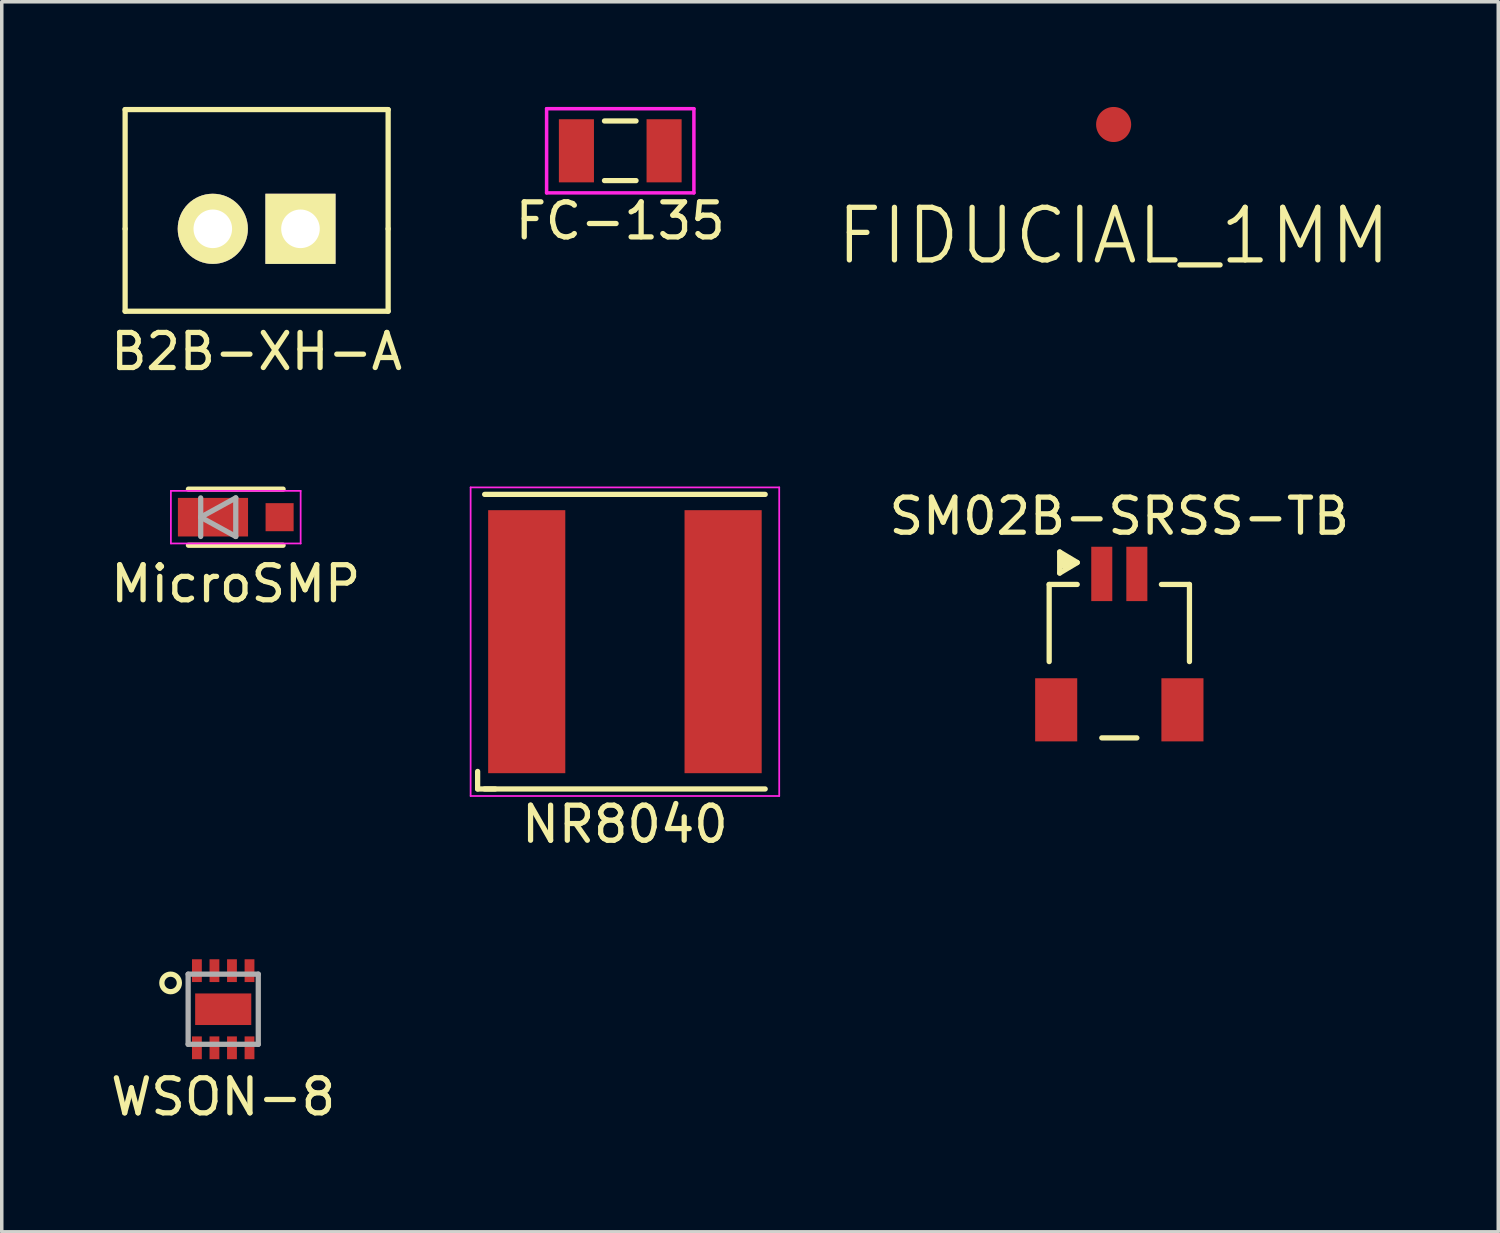
<source format=kicad_pcb>
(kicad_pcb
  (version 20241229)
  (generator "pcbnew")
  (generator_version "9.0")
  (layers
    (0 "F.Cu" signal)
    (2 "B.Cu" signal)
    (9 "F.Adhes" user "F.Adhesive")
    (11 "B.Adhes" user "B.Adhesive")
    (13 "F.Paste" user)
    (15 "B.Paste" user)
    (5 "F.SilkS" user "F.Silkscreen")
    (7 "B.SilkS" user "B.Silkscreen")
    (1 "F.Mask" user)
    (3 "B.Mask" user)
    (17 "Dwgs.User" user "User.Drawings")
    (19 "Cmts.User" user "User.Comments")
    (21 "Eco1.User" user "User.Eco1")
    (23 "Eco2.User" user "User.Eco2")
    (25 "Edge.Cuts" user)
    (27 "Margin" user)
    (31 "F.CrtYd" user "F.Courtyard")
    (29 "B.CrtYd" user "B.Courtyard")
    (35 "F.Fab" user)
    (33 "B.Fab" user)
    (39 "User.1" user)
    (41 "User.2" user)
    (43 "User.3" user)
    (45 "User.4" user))
  (footprint "B2B-XH-A"
    (layer "F.Cu")
    (at 4.268 3.475)
    (property "Reference" "B2B-XH-A" (at 0 3.5 0) (layer "F.SilkS") (effects (font (size 1 1) (thickness 0.15))))
    (attr through_hole)
    (fp_line (start -3.75 -3.4) (end 3.75 -3.4) (stroke (width 0.15) (type solid)) (layer "F.SilkS"))
    (fp_line (start -3.75 0) (end -3.75 -3.4) (stroke (width 0.15) (type solid)) (layer "F.SilkS"))
    (fp_line (start -3.75 0) (end -3.75 2.35) (stroke (width 0.15) (type solid)) (layer "F.SilkS"))
    (fp_line (start -3.75 2.35) (end 3.75 2.35) (stroke (width 0.15) (type solid)) (layer "F.SilkS"))
    (fp_line (start 3.75 -3.4) (end 3.75 0) (stroke (width 0.15) (type solid)) (layer "F.SilkS"))
    (fp_line (start 3.75 0) (end 3.75 2.35) (stroke (width 0.15) (type solid)) (layer "F.SilkS"))
    (pad "1" thru_hole rect (at 1.25 0) (size 2 2) (drill 1.1) (layers "*.Cu" "*.Mask" "F.SilkS"))
    (pad "2" thru_hole circle (at -1.25 0) (size 2 2) (drill 1.1) (layers "*.Cu" "*.Mask" "F.SilkS")))
  (footprint "SM02B-SRSS-TB"
    (layer "F.Cu")
    (at 28.868 14.091)
    (property "Reference" "SM02B-SRSS-TB" (at 0 -2.42 180) (layer "F.SilkS") (effects (font (size 1 1) (thickness 0.15))))
    (attr smd)
    (fp_line (start -2 -0.475) (end -1.2 -0.475) (stroke (width 0.15) (type solid)) (layer "F.SilkS"))
    (fp_line (start -2 1.725) (end -2 -0.475) (stroke (width 0.15) (type solid)) (layer "F.SilkS"))
    (fp_line (start -1.7 -1.4) (end -1.7 -0.8) (stroke (width 0.15) (type solid)) (layer "F.SilkS"))
    (fp_line (start -1.7 -1.4) (end -1.2 -1.1) (stroke (width 0.15) (type solid)) (layer "F.SilkS"))
    (fp_line (start -1.6 -1.3) (end -1.6 -1) (stroke (width 0.15) (type solid)) (layer "F.SilkS"))
    (fp_line (start -1.5 -1.2) (end -1.5 -1) (stroke (width 0.15) (type solid)) (layer "F.SilkS"))
    (fp_line (start -1.4 -1.2) (end -1.4 -1) (stroke (width 0.15) (type solid)) (layer "F.SilkS"))
    (fp_line (start -1.2 -1.1) (end -1.7 -0.8) (stroke (width 0.15) (type solid)) (layer "F.SilkS"))
    (fp_line (start -0.5 3.9) (end 0.5 3.9) (stroke (width 0.15) (type solid)) (layer "F.SilkS"))
    (fp_line (start 1.2 -0.475) (end 2 -0.475) (stroke (width 0.15) (type solid)) (layer "F.SilkS"))
    (fp_line (start 2 1.725) (end 2 -0.475) (stroke (width 0.15) (type solid)) (layer "F.SilkS"))
    (pad "" smd rect (at -1.8 3.1) (size 1.2 1.8) (layers "F.Cu" "F.Mask" "F.Paste"))
    (pad "" smd rect (at 1.8 3.1) (size 1.2 1.8) (layers "F.Cu" "F.Mask" "F.Paste"))
    (pad "1" smd rect (at -0.5 -0.775) (size 0.6 1.55) (layers "F.Cu" "F.Mask" "F.Paste"))
    (pad "2" smd rect (at 0.5 -0.775) (size 0.6 1.55) (layers "F.Cu" "F.Mask" "F.Paste")))
  (footprint "WSON-8"
    (layer "F.Cu")
    (at 3.315 25.729)
    (property "Reference" "WSON-8" (at 0 2.5 0) (layer "F.SilkS") (effects (font (size 1 1) (thickness 0.15))))
    (attr through_hole)
    (fp_circle (center -1.5 -0.75) (end -1.75 -0.75) (stroke (width 0.15) (type solid)) (fill no) (layer "F.SilkS"))
    (fp_line (start -1 -1) (end 1 -1) (stroke (width 0.15) (type solid)) (layer "F.Fab"))
    (fp_line (start -1 1) (end -1 -1) (stroke (width 0.15) (type solid)) (layer "F.Fab"))
    (fp_line (start 1 -1) (end 1 1) (stroke (width 0.15) (type solid)) (layer "F.Fab"))
    (fp_line (start 1 1) (end -1 1) (stroke (width 0.15) (type solid)) (layer "F.Fab"))
    (pad "1" smd rect (at -0.75 -1.1) (size 0.28 0.65) (layers "F.Cu" "F.Mask" "F.Paste"))
    (pad "2" smd rect (at -0.25 -1.1) (size 0.28 0.65) (layers "F.Cu" "F.Mask" "F.Paste"))
    (pad "3" smd rect (at 0.25 -1.1) (size 0.28 0.65) (layers "F.Cu" "F.Mask" "F.Paste"))
    (pad "4" smd rect (at 0.75 -1.1) (size 0.28 0.65) (layers "F.Cu" "F.Mask" "F.Paste"))
    (pad "5" smd rect (at 0.75 1.1) (size 0.28 0.65) (layers "F.Cu" "F.Mask" "F.Paste"))
    (pad "6" smd rect (at 0.25 1.1) (size 0.28 0.65) (layers "F.Cu" "F.Mask" "F.Paste"))
    (pad "7" smd rect (at -0.25 1.1) (size 0.28 0.65) (layers "F.Cu" "F.Mask" "F.Paste"))
    (pad "8" smd rect (at -0.75 1.1) (size 0.28 0.65) (layers "F.Cu" "F.Mask" "F.Paste"))
    (pad "EP" smd rect (at 0 0) (size 1.6 0.9) (layers "F.Cu" "F.Mask" "F.Paste")))
  (footprint "MicroSMP"
    (layer "F.Cu")
    (at 3.673 11.698)
    (property "Reference" "MicroSMP" (at 0 1.9 0) (layer "F.SilkS") (effects (font (size 1 1) (thickness 0.15))))
    (attr smd)
    (fp_line (start -1.35 -0.8) (end 1.35 -0.8) (stroke (width 0.15) (type solid)) (layer "F.SilkS"))
    (fp_line (start -1.35 0.8) (end 1.35 0.8) (stroke (width 0.15) (type solid)) (layer "F.SilkS"))
    (fp_line (start -1.85 -0.75) (end -1.85 0.75) (stroke (width 0.05) (type solid)) (layer "F.CrtYd"))
    (fp_line (start -1.85 -0.75) (end 1.85 -0.75) (stroke (width 0.05) (type solid)) (layer "F.CrtYd"))
    (fp_line (start -1.85 0.75) (end 1.85 0.75) (stroke (width 0.05) (type solid)) (layer "F.CrtYd"))
    (fp_line (start 1.85 -0.75) (end 1.85 0.75) (stroke (width 0.05) (type solid)) (layer "F.CrtYd"))
    (fp_line (start -1 -0.55) (end -1 0.55) (stroke (width 0.15) (type solid)) (layer "F.Fab"))
    (fp_line (start -1 0) (end 0 -0.55) (stroke (width 0.15) (type solid)) (layer "F.Fab"))
    (fp_line (start 0 -0.55) (end 0 0.55) (stroke (width 0.15) (type solid)) (layer "F.Fab"))
    (fp_line (start 0 0.55) (end -1 0) (stroke (width 0.15) (type solid)) (layer "F.Fab"))
    (pad "1" smd rect (at -0.65 0) (size 2 1.1) (layers "F.Cu" "F.Mask" "F.Paste"))
    (pad "2" smd rect (at 1.25 0) (size 0.8 0.8) (layers "F.Cu" "F.Mask" "F.Paste")))
  (footprint "NR8040"
    (layer "F.Cu")
    (at 14.77 15.248)
    (property "Reference" "NR8040" (at 0 5.207 0) (layer "F.SilkS") (effects (font (size 1 1) (thickness 0.15))))
    (attr smd)
    (fp_line (start -4.2 4.2) (end -4.2 3.7) (stroke (width 0.15) (type solid)) (layer "F.SilkS"))
    (fp_line (start -4.2 4.2) (end -3.7 4.2) (stroke (width 0.15) (type solid)) (layer "F.SilkS"))
    (fp_line (start -4 -4.2) (end 4 -4.2) (stroke (width 0.15) (type solid)) (layer "F.SilkS"))
    (fp_line (start 4 4.2) (end -4 4.2) (stroke (width 0.15) (type solid)) (layer "F.SilkS"))
    (fp_line (start -4.4 -4.4) (end 4.4 -4.4) (stroke (width 0.05) (type solid)) (layer "F.CrtYd"))
    (fp_line (start -4.4 4.4) (end -4.4 -4.4) (stroke (width 0.05) (type solid)) (layer "F.CrtYd"))
    (fp_line (start 4.4 -4.4) (end 4.4 4.4) (stroke (width 0.05) (type solid)) (layer "F.CrtYd"))
    (fp_line (start 4.4 4.4) (end -4.4 4.4) (stroke (width 0.05) (type solid)) (layer "F.CrtYd"))
    (pad "1" smd rect (at -2.8 0) (size 2.2 7.5) (layers "F.Cu" "F.Mask" "F.Paste"))
    (pad "2" smd rect (at 2.8 0) (size 2.2 7.5) (layers "F.Cu" "F.Mask" "F.Paste")))
  (footprint "FC-135"
    (layer "F.Cu")
    (at 14.637 1.25)
    (property "Reference" "FC-135" (at 0 2 0) (layer "F.SilkS") (effects (font (size 1 1) (thickness 0.15))))
    (attr through_hole)
    (fp_line (start -0.45 -0.85) (end 0.45 -0.85) (stroke (width 0.15) (type solid)) (layer "F.SilkS"))
    (fp_line (start -0.45 0.85) (end 0.45 0.85) (stroke (width 0.15) (type solid)) (layer "F.SilkS"))
    (fp_line (start -2.1 -1.2) (end 2.1 -1.2) (stroke (width 0.1) (type solid)) (layer "F.CrtYd"))
    (fp_line (start -2.1 1.2) (end -2.1 -1.2) (stroke (width 0.1) (type solid)) (layer "F.CrtYd"))
    (fp_line (start 2.1 -1.2) (end 2.1 1.2) (stroke (width 0.1) (type solid)) (layer "F.CrtYd"))
    (fp_line (start 2.1 1.2) (end -2.1 1.2) (stroke (width 0.1) (type solid)) (layer "F.CrtYd"))
    (pad "1" smd rect (at -1.25 0) (size 1 1.8) (layers "F.Cu" "F.Mask" "F.Paste"))
    (pad "2" smd rect (at 1.25 0) (size 1 1.8) (layers "F.Cu" "F.Mask" "F.Paste")))
  (footprint "FIDUCIAL_1MM"
    (layer "F.Cu")
    (at 28.706 0.5)
    (property "Reference" "FIDUCIAL_1MM" (at 0 3.175 0) (layer "F.SilkS") (effects (font (size 1.5 1.5) (thickness 0.15))))
    (attr through_hole)
    (pad "1" smd circle (at 0 0) (size 1 1) (layers "F.Cu" "F.Mask")))
  (gr_rect
    (start -3 -3)
    (end 39.674 32.077)
    (stroke (width 0.1) (type default))
    (fill no)
    (layer "Edge.Cuts")))
</source>
